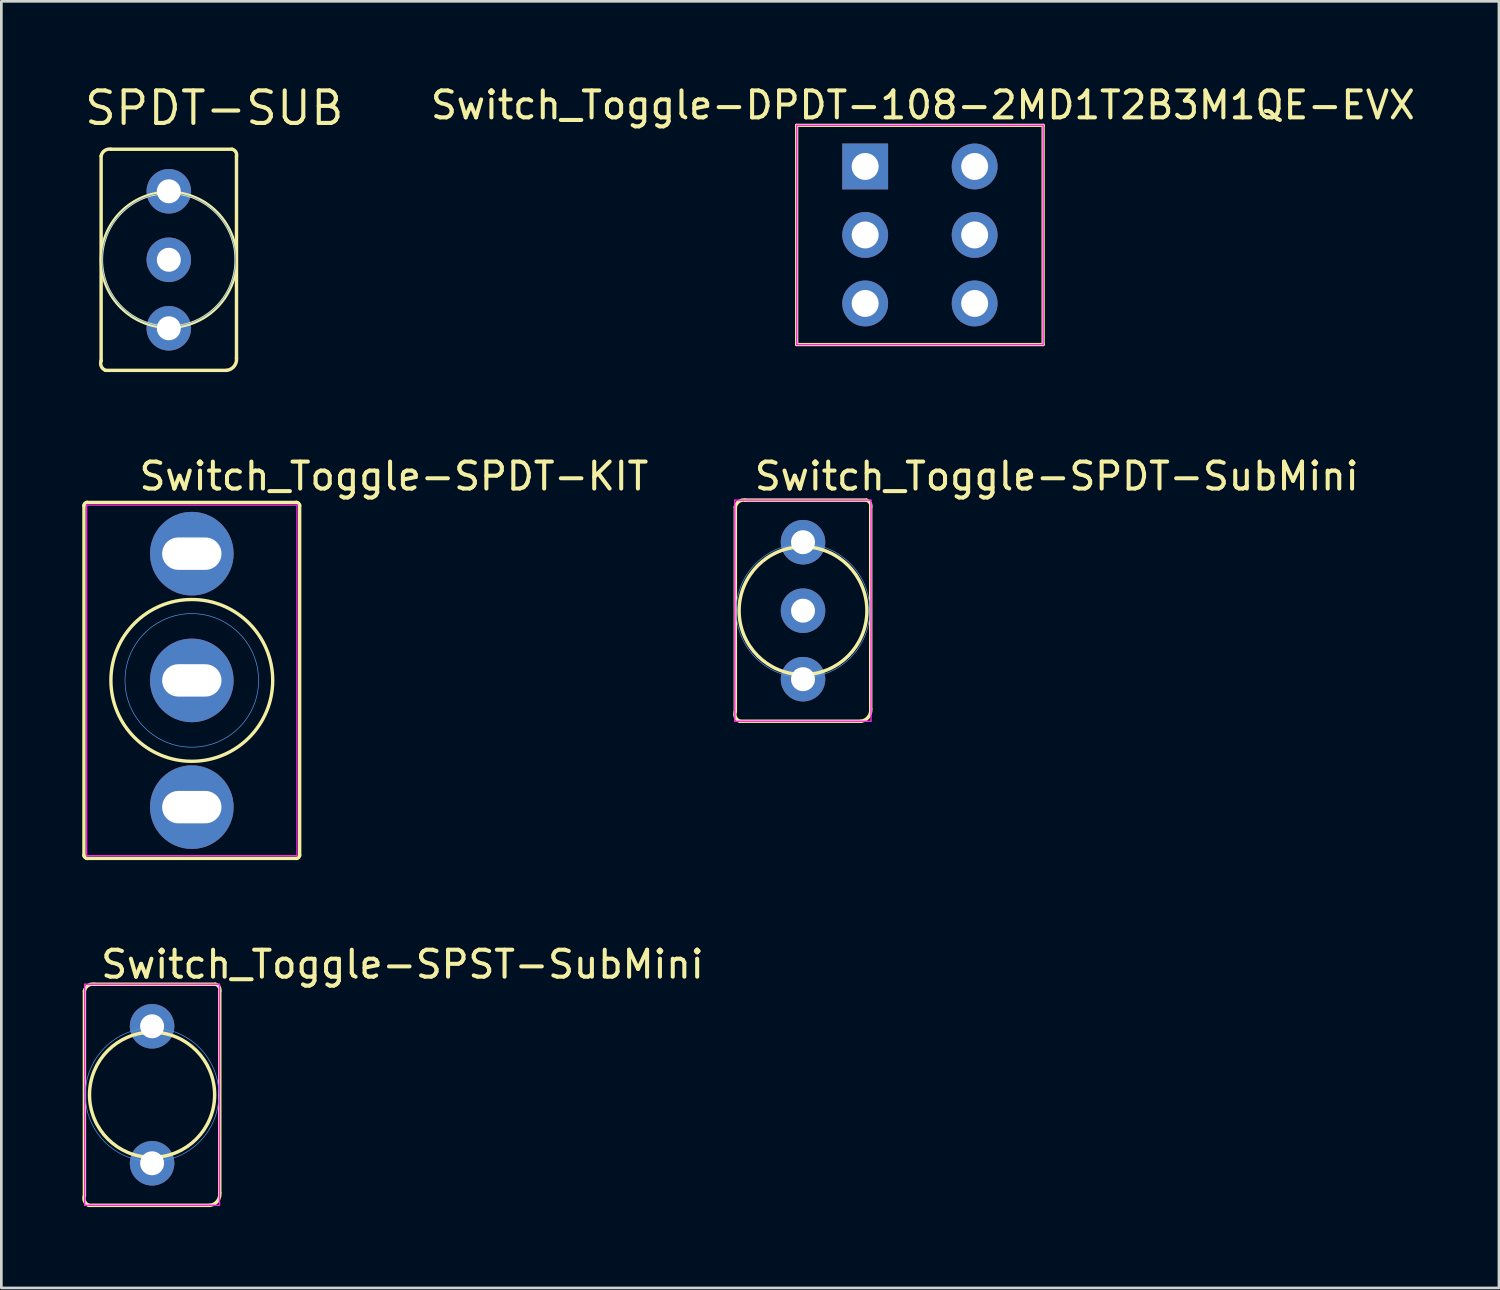
<source format=kicad_pcb>
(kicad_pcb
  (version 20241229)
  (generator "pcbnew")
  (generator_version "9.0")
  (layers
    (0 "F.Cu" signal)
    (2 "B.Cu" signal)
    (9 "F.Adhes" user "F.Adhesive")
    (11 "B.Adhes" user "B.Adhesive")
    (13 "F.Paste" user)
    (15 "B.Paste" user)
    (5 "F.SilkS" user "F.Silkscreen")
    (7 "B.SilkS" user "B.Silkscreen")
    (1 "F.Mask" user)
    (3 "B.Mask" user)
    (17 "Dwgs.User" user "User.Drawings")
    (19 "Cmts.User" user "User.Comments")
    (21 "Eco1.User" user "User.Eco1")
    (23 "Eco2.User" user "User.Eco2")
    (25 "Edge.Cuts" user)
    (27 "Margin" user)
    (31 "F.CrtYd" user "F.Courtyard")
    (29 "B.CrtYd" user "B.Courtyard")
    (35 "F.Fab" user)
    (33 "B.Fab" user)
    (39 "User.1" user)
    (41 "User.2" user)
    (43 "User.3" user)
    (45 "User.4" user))
  (footprint "Switch_Toggle-DPDT-108-2MD1T2B3M1QE-EVX"
    (layer "F.Cu")
    (at 31.044 5.648)
    (property "Reference" "Switch_Toggle-DPDT-108-2MD1T2B3M1QE-EVX" (at 0.13 -4.8 180) (layer "F.SilkS") (effects (font (size 1 1) (thickness 0.15))))
    (attr through_hole)
    (fp_line (start -4.55 -4.05) (end -4.55 4.08) (stroke (width 0.12) (type solid)) (layer "F.SilkS"))
    (fp_line (start -4.55 4.08) (end 4.59 4.08) (stroke (width 0.12) (type solid)) (layer "F.SilkS"))
    (fp_line (start 4.59 -4.05) (end -4.55 -4.05) (stroke (width 0.12) (type solid)) (layer "F.SilkS"))
    (fp_line (start 4.59 4.08) (end 4.59 -4.05) (stroke (width 0.12) (type solid)) (layer "F.SilkS"))
    (fp_line (start -4.55 -4.05) (end -4.55 4.08) (stroke (width 0.05) (type solid)) (layer "F.CrtYd"))
    (fp_line (start -4.55 4.08) (end 4.59 4.08) (stroke (width 0.05) (type solid)) (layer "F.CrtYd"))
    (fp_line (start 4.59 -4.05) (end -4.55 -4.05) (stroke (width 0.05) (type solid)) (layer "F.CrtYd"))
    (fp_line (start 4.59 4.08) (end 4.59 -4.05) (stroke (width 0.05) (type solid)) (layer "F.CrtYd"))
    (fp_text user "" (at 0.05 -4.8 0) (layer "F.SilkS") (effects (font (size 1 1) (thickness 0.15))))
    (pad "1" thru_hole rect (at -2.01 -2.525) (size 1.7 1.7) (drill 1) (layers "*.Cu" "*.Mask"))
    (pad "2" thru_hole oval (at -2.01 0.015) (size 1.7 1.7) (drill 1) (layers "*.Cu" "*.Mask"))
    (pad "3" thru_hole oval (at -2.01 2.555) (size 1.7 1.7) (drill 1) (layers "*.Cu" "*.Mask"))
    (pad "4" thru_hole oval (at 2.05 -2.525) (size 1.7 1.7) (drill 1) (layers "*.Cu" "*.Mask"))
    (pad "5" thru_hole oval (at 2.05 0.015) (size 1.7 1.7) (drill 1) (layers "*.Cu" "*.Mask"))
    (pad "6" thru_hole oval (at 2.05 2.555) (size 1.7 1.7) (drill 1) (layers "*.Cu" "*.Mask")))
  (footprint "Switch_Toggle-SPDT-SubMini"
    (layer "F.Cu")
    (at 26.729 19.597)
    (property "Reference" "Switch_Toggle-SPDT-SubMini" (at -1.88 -4.4 0) (layer "F.SilkS") (effects (font (size 1 1) (thickness 0.15)) (justify left bottom)))
    (attr through_hole)
    (fp_line (start -2.51 3.746) (end -2.51 -3.846) (stroke (width 0.127) (type solid)) (layer "F.SilkS"))
    (fp_line (start -2.146 -4.1) (end 2.346 -4.1) (stroke (width 0.127) (type solid)) (layer "F.SilkS"))
    (fp_line (start 2.146 4.1) (end -2.346 4.1) (stroke (width 0.127) (type solid)) (layer "F.SilkS"))
    (fp_line (start 2.51 -3.846) (end 2.51 3.646) (stroke (width 0.127) (type solid)) (layer "F.SilkS"))
    (fp_arc (start -2.51 -3.846) (mid -2.380625 -4.048417) (end -2.145999 -4.100001) (stroke (width 0.127) (type solid)) (layer "F.SilkS"))
    (fp_arc (start -2.346 4.1) (mid -2.501345 3.956979) (end -2.51 3.746) (stroke (width 0.127) (type solid)) (layer "F.SilkS"))
    (fp_arc (start 2.346 -4.1) (mid 2.480605 -4.006966) (end 2.51 -3.846) (stroke (width 0.127) (type solid)) (layer "F.SilkS"))
    (fp_arc (start 2.51 3.646) (mid 2.422026 3.948387) (end 2.146 4.1) (stroke (width 0.127) (type solid)) (layer "F.SilkS"))
    (fp_circle (center 0 0) (end 2.37 0) (stroke (width 0.127) (type solid)) (fill no) (layer "F.SilkS"))
    (fp_circle (center 0 0) (end 2.477 0) (stroke (width 0.025) (type solid)) (fill no) (layer "Cmts.User"))
    (fp_line (start -2.53 -4.1) (end 2.52 -4.1) (stroke (width 0.05) (type solid)) (layer "F.CrtYd"))
    (fp_line (start -2.53 4.1) (end -2.53 -4.1) (stroke (width 0.05) (type solid)) (layer "F.CrtYd"))
    (fp_line (start 2.52 -4.1) (end 2.52 4.1) (stroke (width 0.05) (type solid)) (layer "F.CrtYd"))
    (fp_line (start 2.52 4.1) (end -2.53 4.1) (stroke (width 0.05) (type solid)) (layer "F.CrtYd"))
    (pad "1" thru_hole circle (at 0 -2.54) (size 1.651 1.651) (drill 0.889) (layers "*.Cu" "*.Mask"))
    (pad "2" thru_hole circle (at 0 0) (size 1.651 1.651) (drill 0.889) (layers "*.Cu" "*.Mask"))
    (pad "3" thru_hole circle (at 0 2.54) (size 1.651 1.651) (drill 0.889) (layers "*.Cu" "*.Mask")))
  (footprint "SPDT-SUB"
    (layer "F.Cu")
    (at 3.21 6.584)
    (property "Reference" "SPDT-SUB" (at -3.21 -4.92 0) (layer "F.SilkS") (effects (font (size 1.206 1.206) (thickness 0.152)) (justify left bottom)))
    (attr through_hole)
    (fp_line (start -2.51 3.746) (end -2.51 -3.846) (stroke (width 0.127) (type solid)) (layer "F.SilkS"))
    (fp_line (start -2.146 -4.1) (end 2.346 -4.1) (stroke (width 0.127) (type solid)) (layer "F.SilkS"))
    (fp_line (start 2.146 4.1) (end -2.346 4.1) (stroke (width 0.127) (type solid)) (layer "F.SilkS"))
    (fp_line (start 2.51 -3.846) (end 2.51 3.646) (stroke (width 0.127) (type solid)) (layer "F.SilkS"))
    (fp_arc (start -2.51 -3.846) (mid -2.380625 -4.048417) (end -2.145999 -4.100001) (stroke (width 0.127) (type solid)) (layer "F.SilkS"))
    (fp_arc (start -2.346 4.1) (mid -2.501345 3.956979) (end -2.51 3.746) (stroke (width 0.127) (type solid)) (layer "F.SilkS"))
    (fp_arc (start 2.346 -4.1) (mid 2.480605 -4.006966) (end 2.51 -3.846) (stroke (width 0.127) (type solid)) (layer "F.SilkS"))
    (fp_arc (start 2.51 3.646) (mid 2.422026 3.948387) (end 2.146 4.1) (stroke (width 0.127) (type solid)) (layer "F.SilkS"))
    (fp_circle (center 0 0) (end 2.5 0) (stroke (width 0.127) (type solid)) (fill no) (layer "F.SilkS"))
    (fp_circle (center 0 0) (end 2.477 0) (stroke (width 0.025) (type solid)) (fill no) (layer "Cmts.User"))
    (pad "1" thru_hole circle (at 0 -2.54) (size 1.651 1.651) (drill 0.889) (layers "*.Cu" "*.Mask"))
    (pad "2" thru_hole circle (at 0 0) (size 1.651 1.651) (drill 0.889) (layers "*.Cu" "*.Mask"))
    (pad "3" thru_hole circle (at 0 2.54) (size 1.651 1.651) (drill 0.889) (layers "*.Cu" "*.Mask")))
  (footprint "Switch_Toggle-SPST-SubMini"
    (layer "F.Cu")
    (at 2.59 37.549)
    (property "Reference" "Switch_Toggle-SPST-SubMini" (at -1.98 -4.25 0) (layer "F.SilkS") (effects (font (size 1 1) (thickness 0.15)) (justify left bottom)))
    (attr through_hole)
    (fp_line (start -2.51 3.746) (end -2.51 -3.846) (stroke (width 0.127) (type solid)) (layer "F.SilkS"))
    (fp_line (start -2.146 -4.1) (end 2.346 -4.1) (stroke (width 0.127) (type solid)) (layer "F.SilkS"))
    (fp_line (start 2.146 4.1) (end -2.346 4.1) (stroke (width 0.127) (type solid)) (layer "F.SilkS"))
    (fp_line (start 2.51 -3.846) (end 2.51 3.646) (stroke (width 0.127) (type solid)) (layer "F.SilkS"))
    (fp_arc (start -2.51 -3.846) (mid -2.380625 -4.048417) (end -2.145999 -4.100001) (stroke (width 0.127) (type solid)) (layer "F.SilkS"))
    (fp_arc (start -2.346 4.1) (mid -2.501345 3.956979) (end -2.51 3.746) (stroke (width 0.127) (type solid)) (layer "F.SilkS"))
    (fp_arc (start 2.346 -4.1) (mid 2.480605 -4.006966) (end 2.51 -3.846) (stroke (width 0.127) (type solid)) (layer "F.SilkS"))
    (fp_arc (start 2.51 3.646) (mid 2.422026 3.948387) (end 2.146 4.1) (stroke (width 0.127) (type solid)) (layer "F.SilkS"))
    (fp_circle (center 0 0) (end 2.32 0) (stroke (width 0.127) (type solid)) (fill no) (layer "F.SilkS"))
    (fp_circle (center 0 0) (end 2.477 0) (stroke (width 0.025) (type solid)) (fill no) (layer "Cmts.User"))
    (fp_line (start -2.5 -4.1) (end -2.5 4.1) (stroke (width 0.05) (type solid)) (layer "F.CrtYd"))
    (fp_line (start -2.5 4.1) (end 2.5 4.1) (stroke (width 0.05) (type solid)) (layer "F.CrtYd"))
    (fp_line (start 2.5 -4.1) (end -2.5 -4.1) (stroke (width 0.05) (type solid)) (layer "F.CrtYd"))
    (fp_line (start 2.5 4.1) (end 2.5 -4.1) (stroke (width 0.05) (type solid)) (layer "F.CrtYd"))
    (pad "1" thru_hole circle (at 0 -2.54) (size 1.651 1.651) (drill 0.889) (layers "*.Cu" "*.Mask"))
    (pad "2" thru_hole circle (at 0 2.54) (size 1.651 1.651) (drill 0.889) (layers "*.Cu" "*.Mask")))
  (footprint "Switch_Toggle-SPDT-KIT"
    (layer "F.Cu")
    (at 4.063 22.182)
    (property "Reference" "Switch_Toggle-SPDT-KIT" (at -2.032 -6.985 0) (layer "F.SilkS") (effects (font (size 1 1) (thickness 0.15)) (justify left bottom)))
    (attr through_hole)
    (fp_line (start -4 6.5) (end -4 -6.5) (stroke (width 0.125) (type solid)) (layer "F.SilkS"))
    (fp_line (start -3.9 -6.6) (end 3.9 -6.6) (stroke (width 0.125) (type solid)) (layer "F.SilkS"))
    (fp_line (start 3.9 6.6) (end -3.9 6.6) (stroke (width 0.125) (type solid)) (layer "F.SilkS"))
    (fp_line (start 4 -6.5) (end 4 6.5) (stroke (width 0.125) (type solid)) (layer "F.SilkS"))
    (fp_arc (start -4.0005 -6.477) (mid -3.963303 -6.566803) (end -3.8735 -6.604) (stroke (width 0.125) (type solid)) (layer "F.SilkS"))
    (fp_arc (start -3.8735 6.604) (mid -3.963303 6.566803) (end -4.0005 6.477) (stroke (width 0.125) (type solid)) (layer "F.SilkS"))
    (fp_arc (start 3.8735 -6.604) (mid 3.963303 -6.566803) (end 4.0005 -6.477) (stroke (width 0.125) (type solid)) (layer "F.SilkS"))
    (fp_arc (start 4.0005 6.477) (mid 3.963303 6.566803) (end 3.8735 6.604) (stroke (width 0.125) (type solid)) (layer "F.SilkS"))
    (fp_circle (center 0 0) (end 3 0) (stroke (width 0.125) (type solid)) (fill no) (layer "F.SilkS"))
    (fp_circle (center 0 0) (end 2.477 0) (stroke (width 0.025) (type solid)) (fill no) (layer "Cmts.User"))
    (fp_line (start -3.9 -6.5) (end 3.9 -6.5) (stroke (width 0.05) (type solid)) (layer "F.CrtYd"))
    (fp_line (start -3.9 6.5) (end -3.9 -6.5) (stroke (width 0.05) (type solid)) (layer "F.CrtYd"))
    (fp_line (start 3.9 -6.5) (end 3.9 6.5) (stroke (width 0.05) (type solid)) (layer "F.CrtYd"))
    (fp_line (start 3.9 6.5) (end -3.9 6.5) (stroke (width 0.05) (type solid)) (layer "F.CrtYd"))
    (pad "1" thru_hole circle (at 0 -4.7) (size 3.1 3.1) (drill oval 2.2 1.2) (layers "*.Cu" "*.Mask"))
    (pad "2" thru_hole circle (at 0 0) (size 3.1 3.1) (drill oval 2.2 1.2) (layers "*.Cu" "*.Mask"))
    (pad "3" thru_hole circle (at 0 4.7) (size 3.1 3.1) (drill oval 2.2 1.2) (layers "*.Cu" "*.Mask")))
  (gr_rect
    (start -3 -3)
    (end 52.537 44.712)
    (stroke (width 0.1) (type default))
    (fill no)
    (layer "Edge.Cuts")))
</source>
